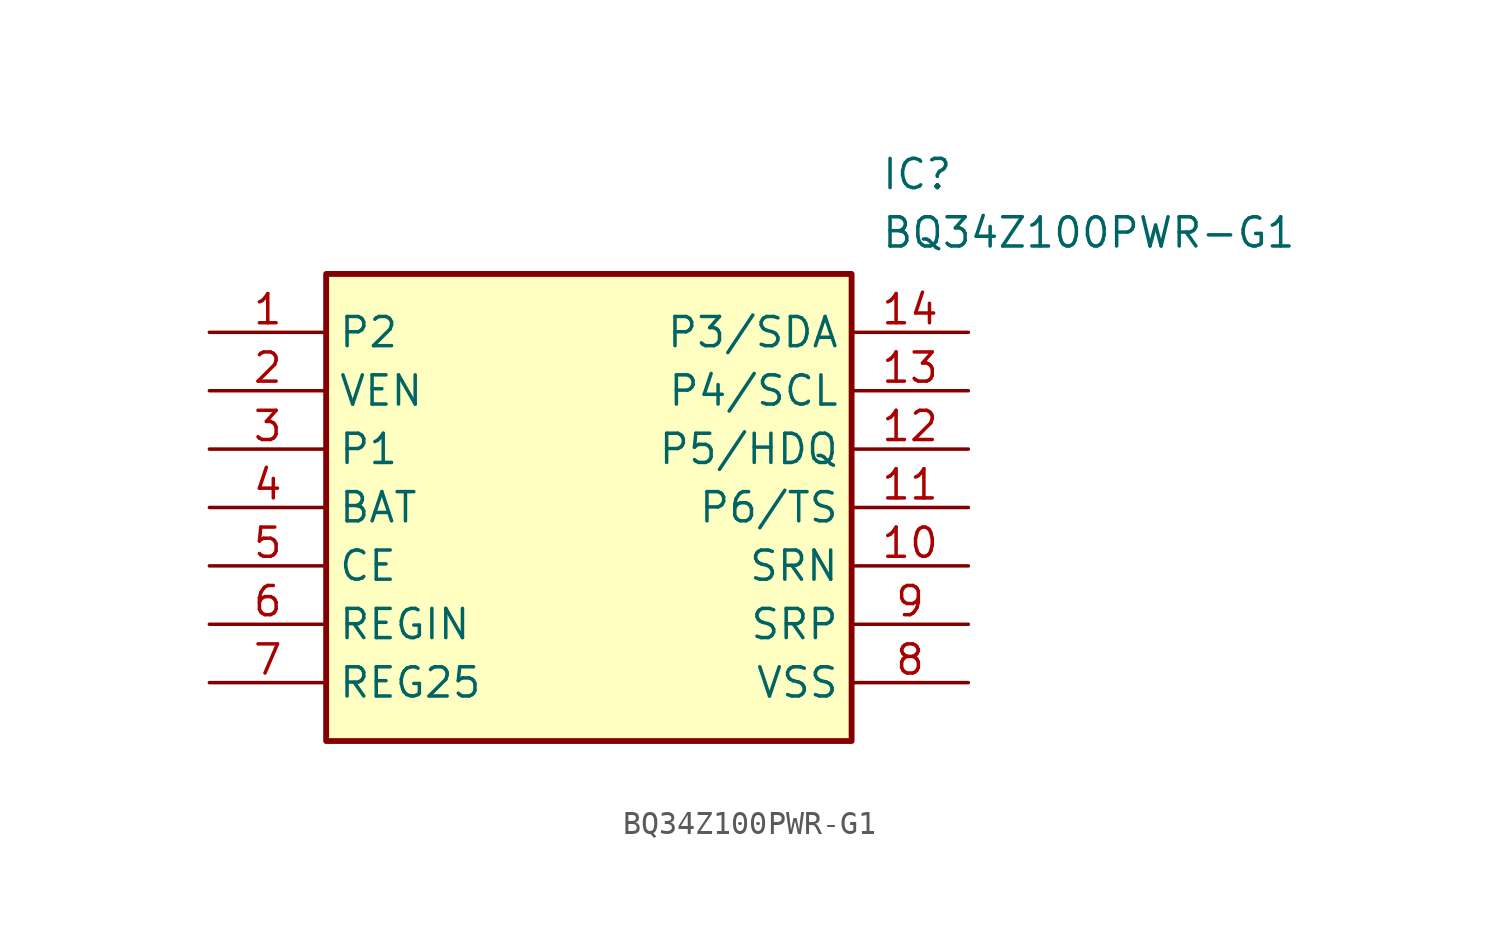
<source format=kicad_sym>
(kicad_symbol_lib
  (version 20220914)
  (generator kicad_symbol_editor)
  (symbol "BQ34Z100PWR-G1"
    (property "Reference" "IC"
      (at 29.21 7.62 0)
      (effects (font (size 1.27 1.27)) (justify left top)))
    (property "Value" "BQ34Z100PWR-G1"
      (at 29.21 5.08 0)
      (effects (font (size 1.27 1.27)) (justify left top)))
    (symbol "BQ34Z100PWR-G1_1_1"
      (rectangle (start 5.08 2.54) (end 27.94 -17.78) (stroke (width 0.254) (type default)) (fill (type background)))
      (pin passive line (at 0 0 0) (length 5.08) (name "P2" (effects (font (size 1.27 1.27)))) (number "1" (effects (font (size 1.27 1.27)))))
      (pin passive line (at 33.02 -10.16 180) (length 5.08) (name "SRN" (effects (font (size 1.27 1.27)))) (number "10" (effects (font (size 1.27 1.27)))))
      (pin passive line (at 33.02 -7.62 180) (length 5.08) (name "P6/TS" (effects (font (size 1.27 1.27)))) (number "11" (effects (font (size 1.27 1.27)))))
      (pin passive line (at 33.02 -5.08 180) (length 5.08) (name "P5/HDQ" (effects (font (size 1.27 1.27)))) (number "12" (effects (font (size 1.27 1.27)))))
      (pin passive line (at 33.02 -2.54 180) (length 5.08) (name "P4/SCL" (effects (font (size 1.27 1.27)))) (number "13" (effects (font (size 1.27 1.27)))))
      (pin passive line (at 33.02 0 180) (length 5.08) (name "P3/SDA" (effects (font (size 1.27 1.27)))) (number "14" (effects (font (size 1.27 1.27)))))
      (pin passive line (at 0 -2.54 0) (length 5.08) (name "VEN" (effects (font (size 1.27 1.27)))) (number "2" (effects (font (size 1.27 1.27)))))
      (pin passive line (at 0 -5.08 0) (length 5.08) (name "P1" (effects (font (size 1.27 1.27)))) (number "3" (effects (font (size 1.27 1.27)))))
      (pin passive line (at 0 -7.62 0) (length 5.08) (name "BAT" (effects (font (size 1.27 1.27)))) (number "4" (effects (font (size 1.27 1.27)))))
      (pin passive line (at 0 -10.16 0) (length 5.08) (name "CE" (effects (font (size 1.27 1.27)))) (number "5" (effects (font (size 1.27 1.27)))))
      (pin passive line (at 0 -12.7 0) (length 5.08) (name "REGIN" (effects (font (size 1.27 1.27)))) (number "6" (effects (font (size 1.27 1.27)))))
      (pin passive line (at 0 -15.24 0) (length 5.08) (name "REG25" (effects (font (size 1.27 1.27)))) (number "7" (effects (font (size 1.27 1.27)))))
      (pin passive line (at 33.02 -15.24 180) (length 5.08) (name "VSS" (effects (font (size 1.27 1.27)))) (number "8" (effects (font (size 1.27 1.27)))))
      (pin passive line (at 33.02 -12.7 180) (length 5.08) (name "SRP" (effects (font (size 1.27 1.27)))) (number "9" (effects (font (size 1.27 1.27))))))))
</source>
